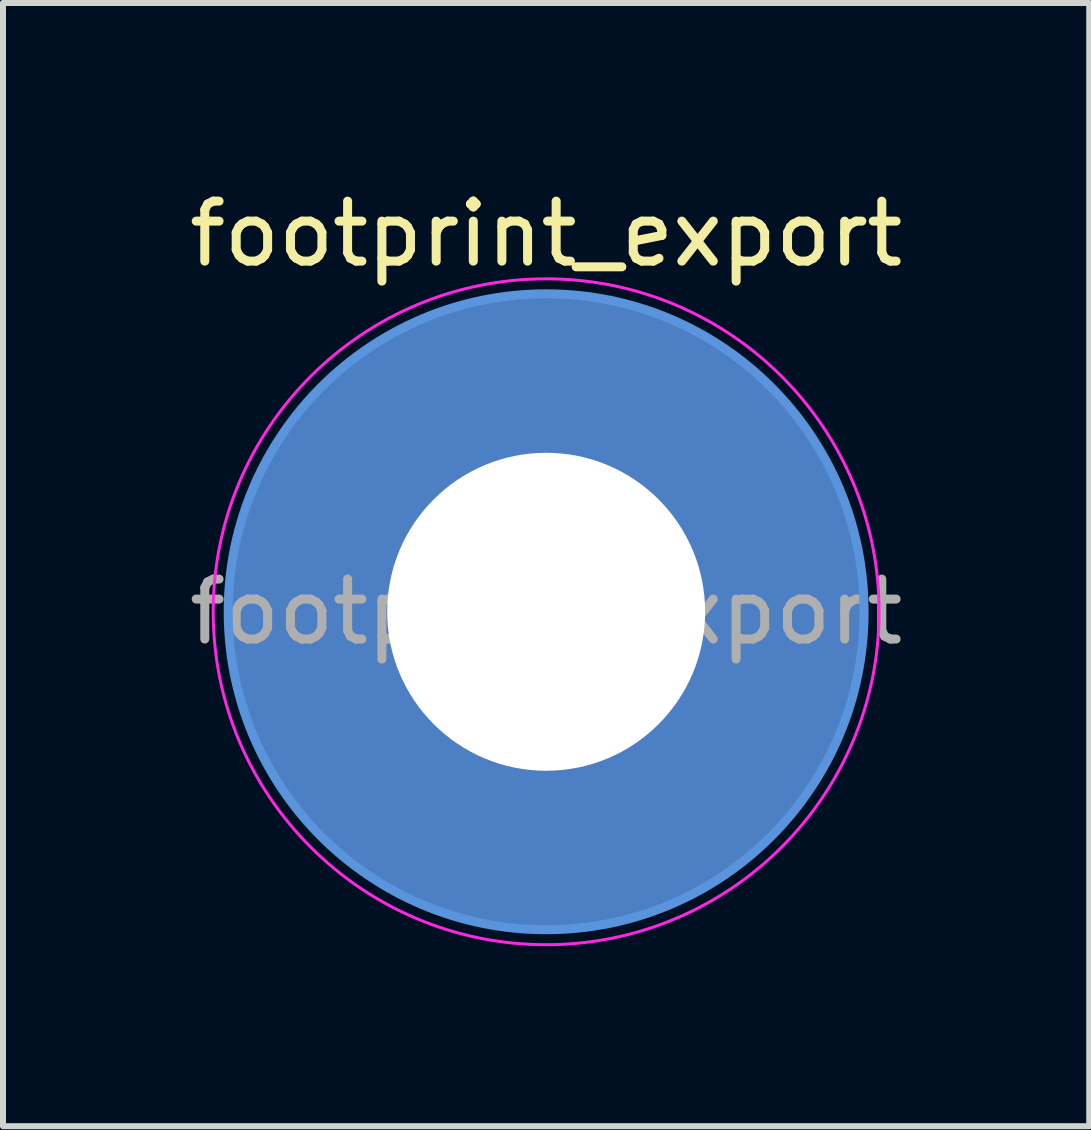
<source format=kicad_pcb>
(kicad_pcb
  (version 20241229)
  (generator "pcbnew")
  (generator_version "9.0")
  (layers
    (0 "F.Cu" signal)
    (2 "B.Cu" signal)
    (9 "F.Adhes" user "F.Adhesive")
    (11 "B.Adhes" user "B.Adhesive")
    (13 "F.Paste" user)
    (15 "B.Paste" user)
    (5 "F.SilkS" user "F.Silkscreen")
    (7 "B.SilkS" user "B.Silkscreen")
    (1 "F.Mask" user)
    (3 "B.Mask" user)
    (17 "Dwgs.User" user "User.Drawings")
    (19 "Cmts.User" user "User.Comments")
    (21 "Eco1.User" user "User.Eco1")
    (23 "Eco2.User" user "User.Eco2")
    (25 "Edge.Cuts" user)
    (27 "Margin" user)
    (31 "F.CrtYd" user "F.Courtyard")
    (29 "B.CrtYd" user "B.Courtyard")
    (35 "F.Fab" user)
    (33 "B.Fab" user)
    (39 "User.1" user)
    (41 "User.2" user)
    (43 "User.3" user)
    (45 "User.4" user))
  (footprint "footprint_export"
    (layer "F.Cu")
    (at 6.054 7.148)
    (property "Reference" "footprint_export" (at 0 -6.3 0) (layer "F.SilkS") (effects (font (size 1 1) (thickness 0.15))))
    (attr exclude_from_pos_files exclude_from_bom)
    (fp_circle (center 0 0) (end 5.3 0) (stroke (width 0.15) (type solid)) (fill no) (layer "Cmts.User"))
    (fp_circle (center 0 0) (end 5.55 0) (stroke (width 0.05) (type solid)) (fill no) (layer "F.CrtYd"))
    (fp_text user "${REFERENCE}" (at 0 0 0) (layer "F.Fab") (effects (font (size 1 1) (thickness 0.15))))
    (pad "1" thru_hole circle (at 0 0) (size 5.7 5.7) (drill 5.3) (layers "*.Cu" "*.Mask"))
    (pad "1" connect circle (at 0 0) (size 10.6 10.6) (layers "F.Cu" "F.Mask"))
    (pad "1" connect circle (at 0 0) (size 10.6 10.6) (layers "B.Cu" "B.Mask")))
  (gr_rect
    (start -3 -3)
    (end 15.107 15.723)
    (stroke (width 0.1) (type default))
    (fill no)
    (layer "Edge.Cuts")))
</source>
